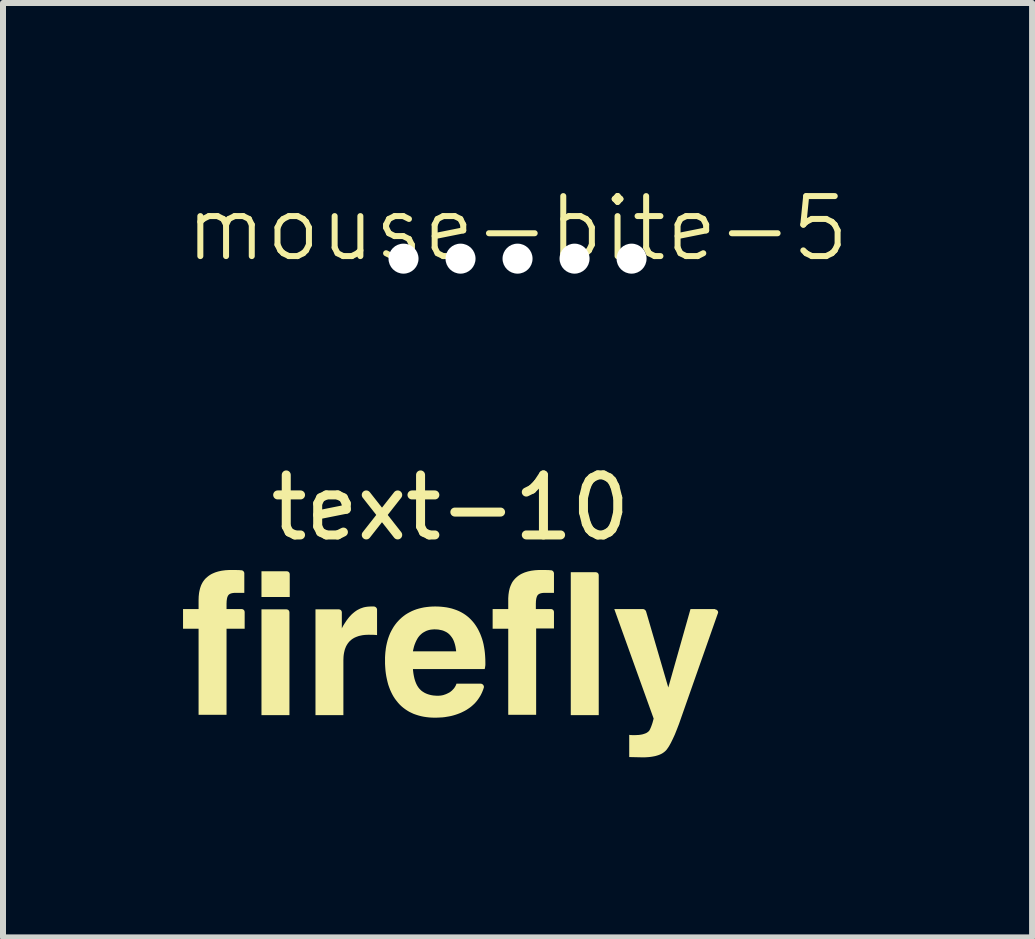
<source format=kicad_pcb>
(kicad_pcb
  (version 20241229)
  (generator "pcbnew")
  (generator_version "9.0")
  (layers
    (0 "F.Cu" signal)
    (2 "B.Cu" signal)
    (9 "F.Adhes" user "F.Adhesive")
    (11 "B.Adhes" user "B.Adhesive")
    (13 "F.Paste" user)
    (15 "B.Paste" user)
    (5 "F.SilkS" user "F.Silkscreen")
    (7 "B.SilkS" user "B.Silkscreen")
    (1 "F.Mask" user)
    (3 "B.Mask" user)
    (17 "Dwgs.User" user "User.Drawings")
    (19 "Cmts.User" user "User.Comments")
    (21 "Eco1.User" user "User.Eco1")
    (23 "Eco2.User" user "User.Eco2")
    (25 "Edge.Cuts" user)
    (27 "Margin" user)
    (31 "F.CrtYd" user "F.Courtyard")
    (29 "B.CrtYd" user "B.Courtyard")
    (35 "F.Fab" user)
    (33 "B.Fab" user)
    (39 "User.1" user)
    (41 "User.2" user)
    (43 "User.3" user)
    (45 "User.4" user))
  (footprint "mouse-bite-5"
    (layer "F.Cu")
    (at 5.574 1.26)
    (property "Reference" "mouse-bite-5" (at 0 -0.5 0) (unlocked yes) (layer "F.SilkS") (effects (font (size 1 1) (thickness 0.1))))
    (attr smd board_only exclude_from_bom)
    (pad "" np_thru_hole circle (at -1.9 0) (size 0.5 0.5) (drill 0.6) (layers "*.Cu" "*.Mask"))
    (pad "" np_thru_hole circle (at -0.95 0) (size 0.5 0.5) (drill 0.6) (layers "*.Cu" "*.Mask"))
    (pad "" np_thru_hole circle (at 0 0) (size 0.5 0.5) (drill 0.6) (layers "*.Cu" "*.Mask"))
    (pad "" np_thru_hole circle (at 0.95 0) (size 0.5 0.5) (drill 0.6) (layers "*.Cu" "*.Mask"))
    (pad "" np_thru_hole circle (at 1.9 0) (size 0.5 0.5) (drill 0.6) (layers "*.Cu" "*.Mask")))
  (footprint "text-10"
    (layer "F.Cu")
    (at 4.458 8.009)
    (property "Reference" "text-10" (at 0 -2.6 0) (unlocked yes) (layer "F.SilkS") (effects (font (size 1 1) (thickness 0.15))))
    (attr smd board_only exclude_from_bom)
    (fp_poly (pts (xy -2.735 -0.905) (xy -2.732 -0.905) (xy -2.729 -0.904) (xy -2.727 -0.904) (xy -2.724 -0.903) (xy -2.721 -0.903) (xy -2.719 -0.902) (xy -2.716 -0.901) (xy -2.714 -0.9) (xy -2.712 -0.899) (xy -2.71 -0.898) (xy -2.707 -0.897) (xy -2.705 -0.895) (xy -2.703 -0.894) (xy -2.702 -0.892) (xy -2.7 -0.89) (xy -2.698 -0.889) (xy -2.696 -0.887) (xy -2.695 -0.885) (xy -2.694 -0.883) (xy -2.692 -0.881) (xy -2.691 -0.878) (xy -2.69 -0.876) (xy -2.689 -0.874) (xy -2.688 -0.871) (xy -2.687 -0.869) (xy -2.687 -0.866) (xy -2.686 -0.863) (xy -2.686 -0.861) (xy -2.685 -0.858) (xy -2.685 -0.855) (xy -2.685 -0.852) (xy -2.685 0.857) (xy -3.151 0.857) (xy -3.151 -0.905) (xy -2.738 -0.905)) (stroke (width 0) (type solid)) (fill yes) (layer "F.SilkS"))
    (fp_poly (pts (xy -2.73 -1.54) (xy -2.727 -1.54) (xy -2.724 -1.539) (xy -2.721 -1.539) (xy -2.719 -1.538) (xy -2.716 -1.538) (xy -2.714 -1.537) (xy -2.711 -1.536) (xy -2.709 -1.535) (xy -2.706 -1.534) (xy -2.704 -1.533) (xy -2.702 -1.532) (xy -2.7 -1.53) (xy -2.698 -1.529) (xy -2.696 -1.527) (xy -2.694 -1.525) (xy -2.693 -1.524) (xy -2.691 -1.522) (xy -2.69 -1.52) (xy -2.688 -1.518) (xy -2.687 -1.516) (xy -2.686 -1.513) (xy -2.685 -1.511) (xy -2.684 -1.509) (xy -2.683 -1.506) (xy -2.682 -1.504) (xy -2.681 -1.501) (xy -2.681 -1.498) (xy -2.68 -1.496) (xy -2.68 -1.493) (xy -2.68 -1.49) (xy -2.68 -1.487) (xy -2.68 -1.111) (xy -3.151 -1.111) (xy -3.151 -1.54) (xy -2.733 -1.54)) (stroke (width 0) (type solid)) (fill yes) (layer "F.SilkS"))
    (fp_poly (pts (xy 2.419 -1.524) (xy 2.422 -1.524) (xy 2.425 -1.523) (xy 2.427 -1.523) (xy 2.43 -1.522) (xy 2.433 -1.522) (xy 2.435 -1.521) (xy 2.438 -1.52) (xy 2.44 -1.519) (xy 2.442 -1.518) (xy 2.445 -1.517) (xy 2.447 -1.516) (xy 2.449 -1.514) (xy 2.451 -1.513) (xy 2.453 -1.511) (xy 2.454 -1.509) (xy 2.456 -1.508) (xy 2.458 -1.506) (xy 2.459 -1.504) (xy 2.461 -1.502) (xy 2.462 -1.5) (xy 2.463 -1.497) (xy 2.464 -1.495) (xy 2.465 -1.493) (xy 2.466 -1.49) (xy 2.467 -1.488) (xy 2.467 -1.485) (xy 2.468 -1.482) (xy 2.468 -1.48) (xy 2.469 -1.477) (xy 2.469 -1.474) (xy 2.469 -1.471) (xy 2.469 0.857) (xy 2.003 0.857) (xy 2.003 -1.524) (xy 2.416 -1.524)) (stroke (width 0) (type solid)) (fill yes) (layer "F.SilkS"))
    (fp_poly (pts (xy 3.206 -0.91) (xy 3.208 -0.91) (xy 3.21 -0.91) (xy 3.212 -0.909) (xy 3.216 -0.909) (xy 3.22 -0.907) (xy 3.224 -0.906) (xy 3.228 -0.904) (xy 3.231 -0.902) (xy 3.235 -0.9) (xy 3.238 -0.897) (xy 3.242 -0.894) (xy 3.245 -0.891) (xy 3.248 -0.888) (xy 3.25 -0.884) (xy 3.253 -0.881) (xy 3.255 -0.877) (xy 3.257 -0.873) (xy 3.628 0.397) (xy 3.998 -0.91) (xy 4.406 -0.91) (xy 4.406 -0.905) (xy 4.409 -0.905) (xy 4.412 -0.904) (xy 4.416 -0.904) (xy 4.419 -0.903) (xy 4.422 -0.902) (xy 4.425 -0.901) (xy 4.428 -0.9) (xy 4.431 -0.899) (xy 4.434 -0.897) (xy 4.436 -0.895) (xy 4.439 -0.893) (xy 4.441 -0.891) (xy 4.443 -0.889) (xy 4.446 -0.887) (xy 4.447 -0.885) (xy 4.449 -0.882) (xy 4.451 -0.88) (xy 4.452 -0.877) (xy 4.454 -0.875) (xy 4.455 -0.872) (xy 4.456 -0.869) (xy 4.457 -0.866) (xy 4.457 -0.863) (xy 4.458 -0.86) (xy 4.458 -0.857) (xy 4.458 -0.854) (xy 4.458 -0.851) (xy 4.457 -0.848) (xy 4.457 -0.845) (xy 4.456 -0.842) (xy 4.455 -0.839) (xy 4.453 -0.836) (xy 3.845 0.894) (xy 3.808 1) (xy 3.771 1.096) (xy 3.737 1.181) (xy 3.703 1.255) (xy 3.671 1.32) (xy 3.641 1.374) (xy 3.626 1.397) (xy 3.612 1.417) (xy 3.599 1.435) (xy 3.585 1.45) (xy 3.571 1.463) (xy 3.555 1.476) (xy 3.538 1.488) (xy 3.52 1.499) (xy 3.5 1.509) (xy 3.479 1.518) (xy 3.457 1.526) (xy 3.434 1.533) (xy 3.409 1.54) (xy 3.383 1.545) (xy 3.356 1.55) (xy 3.327 1.554) (xy 3.297 1.557) (xy 3.266 1.559) (xy 3.233 1.561) (xy 3.199 1.561) (xy 2.977 1.556) (xy 2.977 1.185) (xy 2.979 1.186) (xy 2.982 1.187) (xy 2.985 1.188) (xy 2.989 1.188) (xy 2.993 1.189) (xy 2.997 1.189) (xy 3.002 1.19) (xy 3.008 1.19) (xy 3.02 1.19) (xy 3.034 1.191) (xy 3.067 1.191) (xy 3.089 1.19) (xy 3.111 1.189) (xy 3.131 1.188) (xy 3.151 1.186) (xy 3.17 1.183) (xy 3.188 1.18) (xy 3.204 1.176) (xy 3.22 1.171) (xy 3.235 1.166) (xy 3.249 1.161) (xy 3.262 1.155) (xy 3.274 1.148) (xy 3.284 1.141) (xy 3.294 1.133) (xy 3.303 1.125) (xy 3.31 1.117) (xy 3.314 1.11) (xy 3.318 1.103) (xy 3.323 1.095) (xy 3.327 1.086) (xy 3.331 1.076) (xy 3.336 1.065) (xy 3.341 1.054) (xy 3.345 1.042) (xy 3.35 1.029) (xy 3.355 1.015) (xy 3.36 1) (xy 3.365 0.985) (xy 3.374 0.952) (xy 3.384 0.915) (xy 2.728 -0.91) (xy 3.204 -0.91)) (stroke (width 0) (type solid)) (fill yes) (layer "F.SilkS"))
    (fp_poly (pts (xy -1.275 -0.952) (xy -1.273 -0.952) (xy -1.27 -0.952) (xy -1.268 -0.951) (xy -1.265 -0.951) (xy -1.263 -0.95) (xy -1.261 -0.949) (xy -1.258 -0.948) (xy -1.256 -0.947) (xy -1.254 -0.946) (xy -1.251 -0.944) (xy -1.249 -0.943) (xy -1.247 -0.941) (xy -1.245 -0.94) (xy -1.243 -0.938) (xy -1.241 -0.936) (xy -1.239 -0.934) (xy -1.238 -0.932) (xy -1.236 -0.93) (xy -1.234 -0.928) (xy -1.233 -0.926) (xy -1.232 -0.924) (xy -1.23 -0.921) (xy -1.229 -0.919) (xy -1.228 -0.917) (xy -1.227 -0.914) (xy -1.227 -0.912) (xy -1.226 -0.909) (xy -1.225 -0.907) (xy -1.225 -0.905) (xy -1.225 -0.902) (xy -1.225 -0.9) (xy -1.225 -0.476) (xy -1.241 -0.478) (xy -1.257 -0.479) (xy -1.274 -0.48) (xy -1.292 -0.481) (xy -1.309 -0.481) (xy -1.327 -0.481) (xy -1.362 -0.482) (xy -1.389 -0.481) (xy -1.414 -0.48) (xy -1.439 -0.478) (xy -1.463 -0.475) (xy -1.485 -0.471) (xy -1.507 -0.466) (xy -1.529 -0.461) (xy -1.549 -0.454) (xy -1.568 -0.447) (xy -1.587 -0.439) (xy -1.604 -0.431) (xy -1.621 -0.421) (xy -1.637 -0.411) (xy -1.652 -0.4) (xy -1.666 -0.388) (xy -1.68 -0.376) (xy -1.692 -0.362) (xy -1.704 -0.348) (xy -1.715 -0.333) (xy -1.725 -0.317) (xy -1.735 -0.3) (xy -1.744 -0.283) (xy -1.751 -0.264) (xy -1.759 -0.245) (xy -1.765 -0.224) (xy -1.77 -0.203) (xy -1.775 -0.181) (xy -1.779 -0.158) (xy -1.782 -0.135) (xy -1.784 -0.11) (xy -1.785 -0.085) (xy -1.786 -0.058) (xy -1.786 0.857) (xy -2.251 0.857) (xy -2.251 -0.905) (xy -1.865 -0.905) (xy -1.862 -0.905) (xy -1.859 -0.905) (xy -1.856 -0.904) (xy -1.854 -0.904) (xy -1.851 -0.903) (xy -1.848 -0.903) (xy -1.846 -0.902) (xy -1.843 -0.901) (xy -1.841 -0.9) (xy -1.839 -0.899) (xy -1.836 -0.898) (xy -1.834 -0.897) (xy -1.832 -0.895) (xy -1.83 -0.894) (xy -1.828 -0.892) (xy -1.827 -0.89) (xy -1.825 -0.889) (xy -1.823 -0.887) (xy -1.822 -0.885) (xy -1.82 -0.883) (xy -1.819 -0.881) (xy -1.818 -0.878) (xy -1.817 -0.876) (xy -1.816 -0.874) (xy -1.815 -0.871) (xy -1.814 -0.869) (xy -1.814 -0.866) (xy -1.813 -0.863) (xy -1.813 -0.861) (xy -1.812 -0.858) (xy -1.812 -0.855) (xy -1.812 -0.852) (xy -1.812 -0.587) (xy -1.809 -0.594) (xy -1.806 -0.601) (xy -1.799 -0.614) (xy -1.792 -0.627) (xy -1.785 -0.64) (xy -1.777 -0.652) (xy -1.77 -0.664) (xy -1.754 -0.688) (xy -1.733 -0.72) (xy -1.711 -0.749) (xy -1.689 -0.777) (xy -1.665 -0.803) (xy -1.642 -0.827) (xy -1.617 -0.848) (xy -1.592 -0.868) (xy -1.566 -0.886) (xy -1.553 -0.894) (xy -1.539 -0.901) (xy -1.526 -0.908) (xy -1.512 -0.915) (xy -1.498 -0.921) (xy -1.484 -0.926) (xy -1.469 -0.931) (xy -1.455 -0.936) (xy -1.44 -0.94) (xy -1.425 -0.943) (xy -1.41 -0.946) (xy -1.394 -0.948) (xy -1.379 -0.95) (xy -1.363 -0.951) (xy -1.347 -0.952) (xy -1.331 -0.953) (xy -1.278 -0.953)) (stroke (width 0) (type solid)) (fill yes) (layer "F.SilkS"))
    (fp_poly (pts (xy -3.586 -1.561) (xy -3.551 -1.56) (xy -3.534 -1.56) (xy -3.517 -1.559) (xy -3.5 -1.557) (xy -3.484 -1.556) (xy -3.482 -1.556) (xy -3.479 -1.555) (xy -3.477 -1.555) (xy -3.475 -1.555) (xy -3.472 -1.554) (xy -3.47 -1.553) (xy -3.468 -1.552) (xy -3.466 -1.551) (xy -3.464 -1.55) (xy -3.461 -1.549) (xy -3.459 -1.547) (xy -3.458 -1.546) (xy -3.456 -1.544) (xy -3.454 -1.543) (xy -3.452 -1.541) (xy -3.451 -1.539) (xy -3.449 -1.537) (xy -3.447 -1.535) (xy -3.446 -1.533) (xy -3.445 -1.531) (xy -3.443 -1.529) (xy -3.442 -1.527) (xy -3.441 -1.525) (xy -3.44 -1.522) (xy -3.44 -1.52) (xy -3.439 -1.518) (xy -3.438 -1.515) (xy -3.438 -1.513) (xy -3.437 -1.51) (xy -3.437 -1.508) (xy -3.437 -1.505) (xy -3.437 -1.503) (xy -3.437 -1.18) (xy -3.58 -1.18) (xy -3.59 -1.18) (xy -3.601 -1.18) (xy -3.611 -1.179) (xy -3.62 -1.178) (xy -3.629 -1.177) (xy -3.638 -1.175) (xy -3.646 -1.174) (xy -3.654 -1.171) (xy -3.662 -1.169) (xy -3.669 -1.166) (xy -3.675 -1.163) (xy -3.681 -1.16) (xy -3.687 -1.156) (xy -3.692 -1.152) (xy -3.697 -1.148) (xy -3.701 -1.143) (xy -3.705 -1.138) (xy -3.709 -1.132) (xy -3.712 -1.126) (xy -3.715 -1.119) (xy -3.718 -1.112) (xy -3.721 -1.104) (xy -3.723 -1.095) (xy -3.725 -1.086) (xy -3.727 -1.076) (xy -3.728 -1.066) (xy -3.73 -1.055) (xy -3.731 -1.043) (xy -3.732 -1.031) (xy -3.732 -1.018) (xy -3.733 -1.004) (xy -3.733 -0.99) (xy -3.733 -0.91) (xy -3.484 -0.91) (xy -3.481 -0.91) (xy -3.478 -0.91) (xy -3.476 -0.91) (xy -3.473 -0.909) (xy -3.47 -0.909) (xy -3.468 -0.908) (xy -3.465 -0.907) (xy -3.463 -0.906) (xy -3.46 -0.905) (xy -3.458 -0.904) (xy -3.456 -0.903) (xy -3.454 -0.902) (xy -3.452 -0.9) (xy -3.45 -0.899) (xy -3.448 -0.897) (xy -3.446 -0.896) (xy -3.444 -0.894) (xy -3.443 -0.892) (xy -3.441 -0.89) (xy -3.44 -0.888) (xy -3.438 -0.886) (xy -3.437 -0.884) (xy -3.436 -0.881) (xy -3.435 -0.879) (xy -3.434 -0.876) (xy -3.433 -0.874) (xy -3.433 -0.871) (xy -3.432 -0.869) (xy -3.432 -0.866) (xy -3.432 -0.863) (xy -3.431 -0.86) (xy -3.431 -0.857) (xy -3.431 -0.582) (xy -3.733 -0.582) (xy -3.733 0.852) (xy -4.199 0.852) (xy -4.199 -0.582) (xy -4.458 -0.582) (xy -4.458 -0.91) (xy -4.199 -0.91) (xy -4.199 -1.058) (xy -4.198 -1.09) (xy -4.197 -1.12) (xy -4.194 -1.149) (xy -4.191 -1.177) (xy -4.186 -1.205) (xy -4.18 -1.231) (xy -4.174 -1.256) (xy -4.166 -1.28) (xy -4.158 -1.303) (xy -4.148 -1.325) (xy -4.137 -1.346) (xy -4.125 -1.366) (xy -4.112 -1.384) (xy -4.098 -1.402) (xy -4.083 -1.419) (xy -4.066 -1.434) (xy -4.049 -1.449) (xy -4.03 -1.464) (xy -4.011 -1.477) (xy -3.99 -1.49) (xy -3.968 -1.501) (xy -3.945 -1.511) (xy -3.921 -1.521) (xy -3.896 -1.529) (xy -3.869 -1.537) (xy -3.842 -1.543) (xy -3.813 -1.549) (xy -3.784 -1.553) (xy -3.753 -1.557) (xy -3.721 -1.559) (xy -3.688 -1.561) (xy -3.654 -1.561) (xy -3.622 -1.561)) (stroke (width 0) (type solid)) (fill yes) (layer "F.SilkS"))
    (fp_poly (pts (xy 1.573 -1.561) (xy 1.608 -1.56) (xy 1.626 -1.56) (xy 1.642 -1.559) (xy 1.659 -1.557) (xy 1.675 -1.556) (xy 1.678 -1.556) (xy 1.68 -1.555) (xy 1.682 -1.555) (xy 1.685 -1.555) (xy 1.687 -1.554) (xy 1.689 -1.553) (xy 1.692 -1.552) (xy 1.694 -1.551) (xy 1.696 -1.55) (xy 1.698 -1.549) (xy 1.7 -1.547) (xy 1.702 -1.546) (xy 1.704 -1.544) (xy 1.705 -1.543) (xy 1.707 -1.541) (xy 1.709 -1.539) (xy 1.71 -1.537) (xy 1.712 -1.535) (xy 1.713 -1.533) (xy 1.715 -1.531) (xy 1.716 -1.529) (xy 1.717 -1.527) (xy 1.718 -1.525) (xy 1.719 -1.522) (xy 1.72 -1.52) (xy 1.721 -1.518) (xy 1.721 -1.515) (xy 1.722 -1.513) (xy 1.722 -1.51) (xy 1.723 -1.508) (xy 1.723 -1.505) (xy 1.723 -1.503) (xy 1.723 -1.18) (xy 1.575 -1.18) (xy 1.564 -1.18) (xy 1.554 -1.18) (xy 1.544 -1.179) (xy 1.534 -1.178) (xy 1.525 -1.177) (xy 1.516 -1.175) (xy 1.508 -1.174) (xy 1.5 -1.171) (xy 1.492 -1.169) (xy 1.485 -1.166) (xy 1.479 -1.163) (xy 1.473 -1.16) (xy 1.467 -1.156) (xy 1.462 -1.152) (xy 1.457 -1.148) (xy 1.453 -1.143) (xy 1.449 -1.138) (xy 1.445 -1.132) (xy 1.442 -1.126) (xy 1.439 -1.119) (xy 1.436 -1.112) (xy 1.434 -1.104) (xy 1.431 -1.095) (xy 1.429 -1.086) (xy 1.427 -1.076) (xy 1.426 -1.066) (xy 1.424 -1.055) (xy 1.423 -1.043) (xy 1.422 -1.031) (xy 1.422 -1.018) (xy 1.421 -1.004) (xy 1.421 -0.99) (xy 1.421 -0.91) (xy 1.67 -0.91) (xy 1.673 -0.91) (xy 1.676 -0.91) (xy 1.678 -0.91) (xy 1.681 -0.909) (xy 1.684 -0.909) (xy 1.687 -0.908) (xy 1.689 -0.907) (xy 1.691 -0.906) (xy 1.694 -0.905) (xy 1.696 -0.904) (xy 1.698 -0.903) (xy 1.701 -0.902) (xy 1.703 -0.9) (xy 1.705 -0.899) (xy 1.706 -0.897) (xy 1.708 -0.896) (xy 1.71 -0.894) (xy 1.711 -0.892) (xy 1.713 -0.89) (xy 1.714 -0.888) (xy 1.716 -0.886) (xy 1.717 -0.884) (xy 1.718 -0.881) (xy 1.719 -0.879) (xy 1.72 -0.876) (xy 1.721 -0.874) (xy 1.721 -0.871) (xy 1.722 -0.869) (xy 1.722 -0.866) (xy 1.723 -0.863) (xy 1.723 -0.86) (xy 1.723 -0.857) (xy 1.723 -0.587) (xy 1.426 -0.587) (xy 1.426 0.852) (xy 0.961 0.852) (xy 0.961 -0.582) (xy 0.701 -0.582) (xy 0.701 -0.91) (xy 0.961 -0.91) (xy 0.961 -1.058) (xy 0.961 -1.09) (xy 0.963 -1.12) (xy 0.965 -1.149) (xy 0.969 -1.177) (xy 0.973 -1.205) (xy 0.979 -1.231) (xy 0.985 -1.256) (xy 0.993 -1.28) (xy 1.002 -1.303) (xy 1.012 -1.325) (xy 1.022 -1.346) (xy 1.034 -1.366) (xy 1.047 -1.384) (xy 1.062 -1.402) (xy 1.077 -1.419) (xy 1.093 -1.434) (xy 1.11 -1.449) (xy 1.129 -1.464) (xy 1.149 -1.477) (xy 1.169 -1.49) (xy 1.191 -1.501) (xy 1.214 -1.511) (xy 1.238 -1.521) (xy 1.264 -1.529) (xy 1.29 -1.537) (xy 1.318 -1.543) (xy 1.346 -1.549) (xy 1.376 -1.553) (xy 1.407 -1.557) (xy 1.439 -1.559) (xy 1.472 -1.561) (xy 1.506 -1.561) (xy 1.538 -1.561)) (stroke (width 0) (type solid)) (fill yes) (layer "F.SilkS"))
    (fp_poly (pts (xy -0.206 -0.952) (xy -0.158 -0.949) (xy -0.111 -0.944) (xy -0.066 -0.938) (xy -0.022 -0.929) (xy 0.02 -0.919) (xy 0.061 -0.906) (xy 0.101 -0.892) (xy 0.139 -0.876) (xy 0.175 -0.858) (xy 0.21 -0.838) (xy 0.244 -0.816) (xy 0.276 -0.792) (xy 0.306 -0.767) (xy 0.335 -0.739) (xy 0.363 -0.709) (xy 0.389 -0.678) (xy 0.413 -0.645) (xy 0.436 -0.61) (xy 0.457 -0.574) (xy 0.476 -0.536) (xy 0.494 -0.497) (xy 0.51 -0.456) (xy 0.525 -0.414) (xy 0.538 -0.37) (xy 0.549 -0.325) (xy 0.558 -0.277) (xy 0.566 -0.228) (xy 0.572 -0.178) (xy 0.576 -0.126) (xy 0.579 -0.072) (xy 0.58 -0.016) (xy 0.58 0.011) (xy 0.58 0.016) (xy 0.58 0.021) (xy 0.579 0.03) (xy 0.578 0.04) (xy 0.576 0.05) (xy 0.575 0.06) (xy 0.573 0.07) (xy 0.569 0.09) (xy -0.627 0.09) (xy -0.625 0.115) (xy -0.622 0.14) (xy -0.619 0.164) (xy -0.615 0.187) (xy -0.611 0.209) (xy -0.606 0.231) (xy -0.601 0.252) (xy -0.595 0.272) (xy -0.589 0.291) (xy -0.582 0.309) (xy -0.575 0.327) (xy -0.567 0.344) (xy -0.559 0.36) (xy -0.55 0.375) (xy -0.541 0.389) (xy -0.532 0.402) (xy -0.525 0.41) (xy -0.519 0.418) (xy -0.512 0.425) (xy -0.505 0.432) (xy -0.498 0.439) (xy -0.491 0.446) (xy -0.475 0.459) (xy -0.458 0.47) (xy -0.441 0.481) (xy -0.422 0.491) (xy -0.402 0.5) (xy -0.381 0.508) (xy -0.359 0.515) (xy -0.336 0.521) (xy -0.313 0.526) (xy -0.288 0.53) (xy -0.263 0.532) (xy -0.236 0.534) (xy -0.209 0.534) (xy -0.196 0.534) (xy -0.183 0.533) (xy -0.171 0.532) (xy -0.158 0.531) (xy -0.146 0.528) (xy -0.133 0.526) (xy -0.121 0.523) (xy -0.109 0.519) (xy -0.097 0.515) (xy -0.085 0.511) (xy -0.073 0.506) (xy -0.061 0.501) (xy -0.049 0.495) (xy -0.037 0.489) (xy -0.025 0.483) (xy -0.013 0.476) (xy -0.002 0.468) (xy 0.008 0.46) (xy 0.018 0.452) (xy 0.027 0.444) (xy 0.035 0.435) (xy 0.044 0.426) (xy 0.051 0.418) (xy 0.059 0.409) (xy 0.065 0.4) (xy 0.071 0.391) (xy 0.077 0.381) (xy 0.082 0.372) (xy 0.087 0.363) (xy 0.091 0.353) (xy 0.095 0.343) (xy 0.098 0.333) (xy 0.5 0.333) (xy 0.504 0.333) (xy 0.507 0.334) (xy 0.51 0.334) (xy 0.514 0.335) (xy 0.517 0.336) (xy 0.52 0.337) (xy 0.523 0.338) (xy 0.526 0.34) (xy 0.529 0.341) (xy 0.531 0.343) (xy 0.534 0.345) (xy 0.536 0.347) (xy 0.539 0.349) (xy 0.541 0.351) (xy 0.543 0.353) (xy 0.545 0.356) (xy 0.546 0.358) (xy 0.548 0.361) (xy 0.55 0.364) (xy 0.551 0.366) (xy 0.552 0.369) (xy 0.553 0.372) (xy 0.554 0.375) (xy 0.555 0.378) (xy 0.555 0.381) (xy 0.556 0.384) (xy 0.556 0.387) (xy 0.556 0.39) (xy 0.555 0.393) (xy 0.555 0.396) (xy 0.554 0.399) (xy 0.553 0.402) (xy 0.544 0.43) (xy 0.534 0.456) (xy 0.523 0.482) (xy 0.511 0.507) (xy 0.498 0.532) (xy 0.484 0.555) (xy 0.469 0.578) (xy 0.453 0.601) (xy 0.437 0.622) (xy 0.419 0.643) (xy 0.401 0.663) (xy 0.381 0.682) (xy 0.361 0.7) (xy 0.34 0.718) (xy 0.317 0.735) (xy 0.294 0.751) (xy 0.265 0.77) (xy 0.235 0.787) (xy 0.205 0.802) (xy 0.174 0.817) (xy 0.142 0.83) (xy 0.11 0.842) (xy 0.077 0.853) (xy 0.043 0.863) (xy 0.008 0.872) (xy -0.027 0.879) (xy -0.063 0.885) (xy -0.1 0.891) (xy -0.138 0.895) (xy -0.177 0.897) (xy -0.216 0.899) (xy -0.256 0.9) (xy -0.306 0.899) (xy -0.355 0.896) (xy -0.401 0.891) (xy -0.447 0.884) (xy -0.491 0.875) (xy -0.533 0.864) (xy -0.574 0.851) (xy -0.614 0.837) (xy -0.651 0.82) (xy -0.688 0.802) (xy -0.723 0.781) (xy -0.756 0.759) (xy -0.788 0.735) (xy -0.819 0.709) (xy -0.848 0.681) (xy -0.875 0.651) (xy -0.901 0.619) (xy -0.926 0.586) (xy -0.949 0.551) (xy -0.97 0.514) (xy -0.989 0.476) (xy -1.007 0.436) (xy -1.023 0.394) (xy -1.038 0.351) (xy -1.05 0.306) (xy -1.061 0.259) (xy -1.071 0.211) (xy -1.079 0.161) (xy -1.085 0.11) (xy -1.089 0.057) (xy -1.092 0.003) (xy -1.092 -0.053) (xy -1.092 -0.105) (xy -1.089 -0.155) (xy -1.085 -0.204) (xy -1.084 -0.206) (xy -0.627 -0.206) (xy 0.093 -0.206) (xy 0.091 -0.226) (xy 0.088 -0.245) (xy 0.085 -0.264) (xy 0.082 -0.282) (xy 0.078 -0.299) (xy 0.074 -0.316) (xy 0.069 -0.333) (xy 0.064 -0.349) (xy 0.059 -0.364) (xy 0.053 -0.379) (xy 0.047 -0.393) (xy 0.04 -0.407) (xy 0.033 -0.42) (xy 0.025 -0.432) (xy 0.017 -0.444) (xy 0.008 -0.455) (xy 0.003 -0.462) (xy -0.003 -0.469) (xy -0.009 -0.476) (xy -0.015 -0.483) (xy -0.022 -0.489) (xy -0.028 -0.495) (xy -0.035 -0.501) (xy -0.042 -0.507) (xy -0.049 -0.512) (xy -0.057 -0.517) (xy -0.072 -0.527) (xy -0.089 -0.535) (xy -0.106 -0.543) (xy -0.123 -0.55) (xy -0.142 -0.556) (xy -0.161 -0.56) (xy -0.181 -0.564) (xy -0.201 -0.568) (xy -0.223 -0.57) (xy -0.244 -0.571) (xy -0.267 -0.572) (xy -0.288 -0.571) (xy -0.31 -0.569) (xy -0.33 -0.567) (xy -0.35 -0.563) (xy -0.37 -0.558) (xy -0.388 -0.552) (xy -0.407 -0.545) (xy -0.424 -0.536) (xy -0.441 -0.527) (xy -0.458 -0.517) (xy -0.474 -0.506) (xy -0.489 -0.493) (xy -0.503 -0.48) (xy -0.517 -0.466) (xy -0.53 -0.45) (xy -0.542 -0.434) (xy -0.549 -0.423) (xy -0.556 -0.411) (xy -0.562 -0.399) (xy -0.569 -0.387) (xy -0.575 -0.375) (xy -0.581 -0.361) (xy -0.587 -0.348) (xy -0.592 -0.334) (xy -0.598 -0.32) (xy -0.603 -0.305) (xy -0.608 -0.29) (xy -0.612 -0.274) (xy -0.616 -0.258) (xy -0.62 -0.241) (xy -0.624 -0.224) (xy -0.627 -0.206) (xy -1.084 -0.206) (xy -1.079 -0.252) (xy -1.071 -0.299) (xy -1.061 -0.344) (xy -1.05 -0.387) (xy -1.037 -0.429) (xy -1.022 -0.47) (xy -1.006 -0.509) (xy -0.987 -0.547) (xy -0.967 -0.583) (xy -0.946 -0.618) (xy -0.922 -0.652) (xy -0.897 -0.684) (xy -0.87 -0.714) (xy -0.842 -0.743) (xy -0.812 -0.77) (xy -0.781 -0.795) (xy -0.748 -0.819) (xy -0.714 -0.84) (xy -0.679 -0.859) (xy -0.643 -0.877) (xy -0.605 -0.893) (xy -0.566 -0.907) (xy -0.525 -0.919) (xy -0.484 -0.929) (xy -0.441 -0.938) (xy -0.397 -0.944) (xy -0.351 -0.949) (xy -0.304 -0.952) (xy -0.256 -0.953)) (stroke (width 0) (type solid)) (fill yes) (layer "F.SilkS")))
  (gr_rect
    (start -3 -3)
    (end 14.148 12.57)
    (stroke (width 0.1) (type default))
    (fill no)
    (layer "Edge.Cuts")))
</source>
